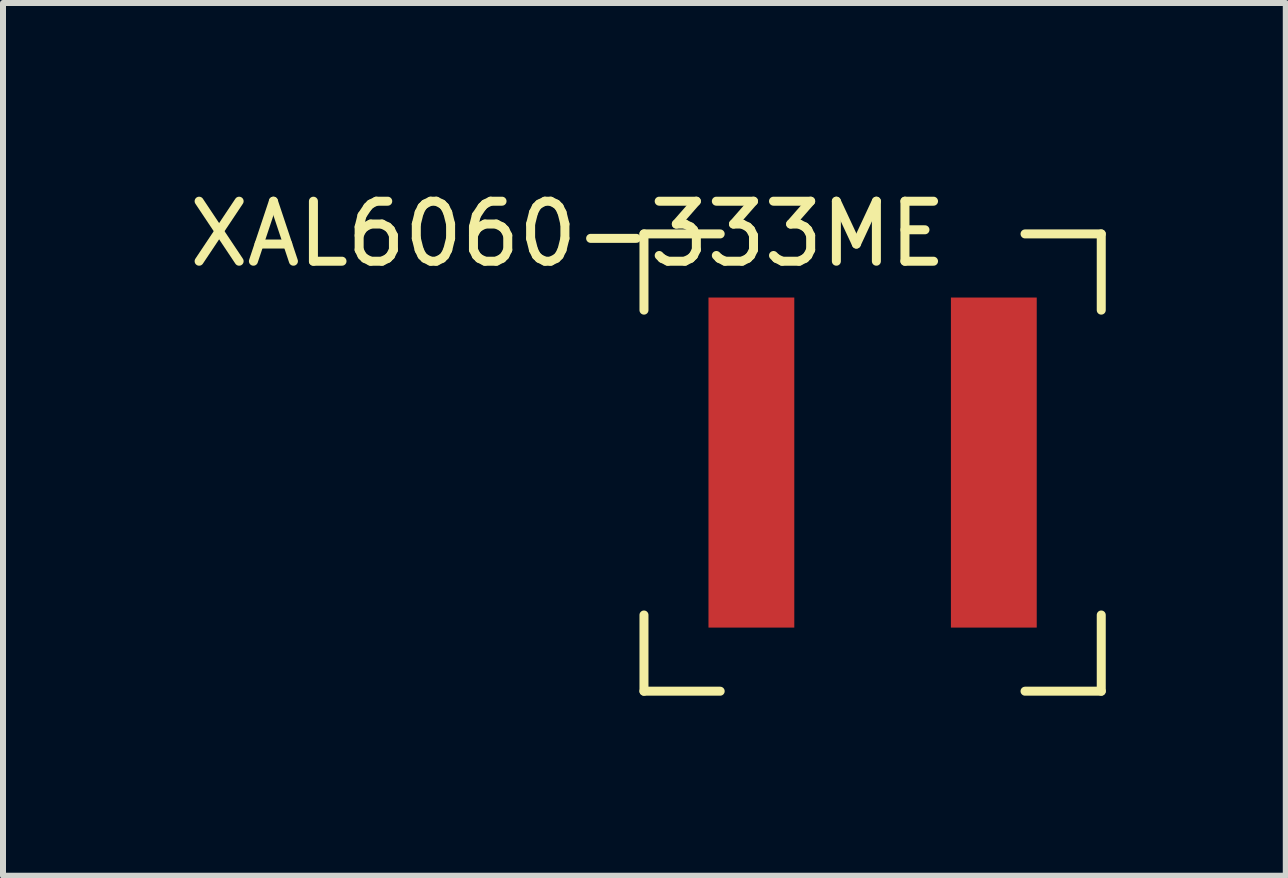
<source format=kicad_pcb>
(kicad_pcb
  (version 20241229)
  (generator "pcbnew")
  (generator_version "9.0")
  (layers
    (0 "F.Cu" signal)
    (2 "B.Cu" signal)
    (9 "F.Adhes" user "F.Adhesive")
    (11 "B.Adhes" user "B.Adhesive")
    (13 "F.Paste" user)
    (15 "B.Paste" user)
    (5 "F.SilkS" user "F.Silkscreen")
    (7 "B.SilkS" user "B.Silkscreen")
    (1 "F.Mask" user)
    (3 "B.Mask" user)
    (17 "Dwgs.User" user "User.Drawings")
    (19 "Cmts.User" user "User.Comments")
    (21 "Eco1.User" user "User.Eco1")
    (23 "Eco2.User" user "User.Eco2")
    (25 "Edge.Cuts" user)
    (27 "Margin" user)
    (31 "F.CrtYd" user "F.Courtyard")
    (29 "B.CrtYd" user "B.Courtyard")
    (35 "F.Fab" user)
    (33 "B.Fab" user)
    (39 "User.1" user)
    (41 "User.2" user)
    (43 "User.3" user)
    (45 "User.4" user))
  (footprint "XAL6060-333ME"
    (layer "F.Cu")
    (at 11.491 4.658)
    (property "Reference" "XAL6060-333ME" (at -5.08 -3.81 0) (layer "F.SilkS") (effects (font (size 1 1) (thickness 0.15))))
    (attr through_hole)
    (fp_line (start -3.81 -3.81) (end -2.54 -3.81) (stroke (width 0.15) (type solid)) (layer "F.SilkS"))
    (fp_line (start -3.81 -2.54) (end -3.81 -3.81) (stroke (width 0.15) (type solid)) (layer "F.SilkS"))
    (fp_line (start -3.81 3.81) (end -3.81 2.54) (stroke (width 0.15) (type solid)) (layer "F.SilkS"))
    (fp_line (start -2.54 3.81) (end -3.81 3.81) (stroke (width 0.15) (type solid)) (layer "F.SilkS"))
    (fp_line (start 2.54 -3.81) (end 3.81 -3.81) (stroke (width 0.15) (type solid)) (layer "F.SilkS"))
    (fp_line (start 3.81 -3.81) (end 3.81 -2.54) (stroke (width 0.15) (type solid)) (layer "F.SilkS"))
    (fp_line (start 3.81 2.54) (end 3.81 3.81) (stroke (width 0.15) (type solid)) (layer "F.SilkS"))
    (fp_line (start 3.81 3.81) (end 2.54 3.81) (stroke (width 0.15) (type solid)) (layer "F.SilkS"))
    (pad "1" smd rect (at -2.02 0) (size 1.43 5.5) (layers "F.Cu" "F.Mask" "F.Paste"))
    (pad "2" smd rect (at 2.02 0) (size 1.43 5.5) (layers "F.Cu" "F.Mask" "F.Paste")))
  (gr_rect
    (start -3 -3)
    (end 18.376 11.543)
    (stroke (width 0.1) (type default))
    (fill no)
    (layer "Edge.Cuts")))
</source>
